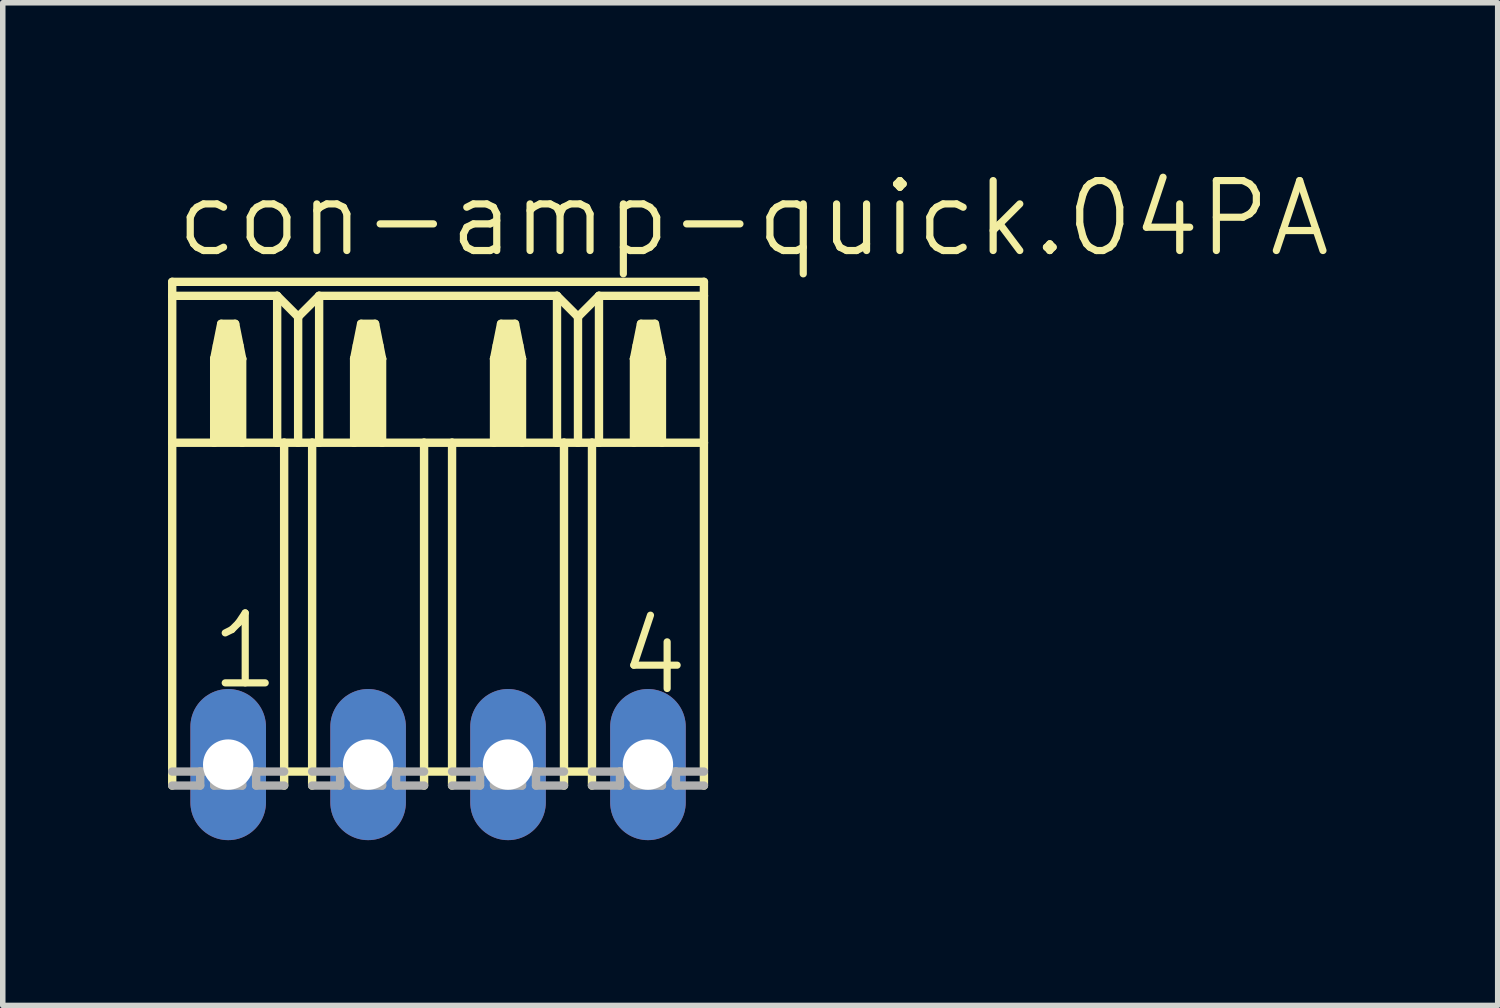
<source format=kicad_pcb>
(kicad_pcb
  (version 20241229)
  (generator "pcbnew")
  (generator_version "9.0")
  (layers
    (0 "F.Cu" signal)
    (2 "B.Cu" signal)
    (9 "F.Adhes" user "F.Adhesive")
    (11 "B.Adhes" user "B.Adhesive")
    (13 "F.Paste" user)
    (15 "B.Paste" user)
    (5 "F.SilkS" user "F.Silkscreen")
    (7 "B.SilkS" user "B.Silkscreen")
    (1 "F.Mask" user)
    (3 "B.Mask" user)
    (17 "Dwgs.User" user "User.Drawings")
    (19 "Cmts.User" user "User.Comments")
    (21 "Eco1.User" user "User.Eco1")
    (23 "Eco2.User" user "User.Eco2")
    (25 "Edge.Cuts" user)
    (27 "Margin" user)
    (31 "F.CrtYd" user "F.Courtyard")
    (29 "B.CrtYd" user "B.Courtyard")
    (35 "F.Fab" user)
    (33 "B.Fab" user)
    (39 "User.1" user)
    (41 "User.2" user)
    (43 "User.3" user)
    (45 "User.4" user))
  (footprint "con-amp-quick.04PA"
    (layer "F.Cu")
    (at 4.902 10.829)
    (property "Reference" "con-amp-quick.04PA" (at -4.826 -9.169 0) (layer "F.SilkS") (effects (font (size 1.27 1.27) (thickness 0.13)) (justify left bottom)))
    (attr through_hole)
    (fp_line (start -4.826 -8.763) (end -4.826 -8.509) (stroke (width 0.152) (type default)) (layer "F.SilkS"))
    (fp_line (start -4.826 -8.763) (end 4.826 -8.763) (stroke (width 0.152) (type default)) (layer "F.SilkS"))
    (fp_line (start -4.826 -8.509) (end -4.826 -5.842) (stroke (width 0.152) (type default)) (layer "F.SilkS"))
    (fp_line (start -4.826 -8.509) (end -2.921 -8.509) (stroke (width 0.152) (type default)) (layer "F.SilkS"))
    (fp_line (start -4.826 -5.842) (end -4.826 0.381) (stroke (width 0.152) (type default)) (layer "F.SilkS"))
    (fp_line (start -4.826 -5.842) (end -4.064 -5.842) (stroke (width 0.152) (type default)) (layer "F.SilkS"))
    (fp_line (start -4.064 -7.366) (end -4.064 -5.842) (stroke (width 0.152) (type default)) (layer "F.SilkS"))
    (fp_line (start -4.064 -7.366) (end -3.937 -8.001) (stroke (width 0.152) (type default)) (layer "F.SilkS"))
    (fp_line (start -4.064 -5.842) (end -3.556 -5.842) (stroke (width 0.152) (type default)) (layer "F.SilkS"))
    (fp_line (start -3.937 -8.001) (end -3.683 -8.001) (stroke (width 0.152) (type default)) (layer "F.SilkS"))
    (fp_line (start -3.683 -8.001) (end -3.556 -7.366) (stroke (width 0.152) (type default)) (layer "F.SilkS"))
    (fp_line (start -3.556 -7.366) (end -4.064 -7.366) (stroke (width 0.152) (type default)) (layer "F.SilkS"))
    (fp_line (start -3.556 -7.366) (end -3.556 -5.842) (stroke (width 0.152) (type default)) (layer "F.SilkS"))
    (fp_line (start -3.556 -5.842) (end -2.921 -5.842) (stroke (width 0.152) (type default)) (layer "F.SilkS"))
    (fp_line (start -2.921 -8.509) (end -2.921 -5.842) (stroke (width 0.152) (type default)) (layer "F.SilkS"))
    (fp_line (start -2.921 -8.509) (end -2.54 -8.128) (stroke (width 0.152) (type default)) (layer "F.SilkS"))
    (fp_line (start -2.921 -5.842) (end -2.794 -5.842) (stroke (width 0.152) (type default)) (layer "F.SilkS"))
    (fp_line (start -2.794 -5.842) (end -2.794 0.127) (stroke (width 0.152) (type default)) (layer "F.SilkS"))
    (fp_line (start -2.794 -5.842) (end -2.54 -5.842) (stroke (width 0.152) (type default)) (layer "F.SilkS"))
    (fp_line (start -2.794 0.127) (end -2.794 0.381) (stroke (width 0.152) (type default)) (layer "F.SilkS"))
    (fp_line (start -2.54 -8.128) (end -2.54 -5.842) (stroke (width 0.152) (type default)) (layer "F.SilkS"))
    (fp_line (start -2.54 -8.128) (end -2.159 -8.509) (stroke (width 0.152) (type default)) (layer "F.SilkS"))
    (fp_line (start -2.54 -5.842) (end -2.286 -5.842) (stroke (width 0.152) (type default)) (layer "F.SilkS"))
    (fp_line (start -2.286 -5.842) (end -2.286 0.127) (stroke (width 0.152) (type default)) (layer "F.SilkS"))
    (fp_line (start -2.286 -5.842) (end -2.159 -5.842) (stroke (width 0.152) (type default)) (layer "F.SilkS"))
    (fp_line (start -2.286 0.127) (end -2.794 0.127) (stroke (width 0.152) (type default)) (layer "F.SilkS"))
    (fp_line (start -2.286 0.127) (end -2.286 0.381) (stroke (width 0.152) (type default)) (layer "F.SilkS"))
    (fp_line (start -2.159 -8.509) (end -2.159 -5.842) (stroke (width 0.152) (type default)) (layer "F.SilkS"))
    (fp_line (start -2.159 -8.509) (end 2.159 -8.509) (stroke (width 0.152) (type default)) (layer "F.SilkS"))
    (fp_line (start -2.159 -5.842) (end -1.524 -5.842) (stroke (width 0.152) (type default)) (layer "F.SilkS"))
    (fp_line (start -1.524 -7.366) (end -1.524 -5.842) (stroke (width 0.152) (type default)) (layer "F.SilkS"))
    (fp_line (start -1.524 -7.366) (end -1.397 -8.001) (stroke (width 0.152) (type default)) (layer "F.SilkS"))
    (fp_line (start -1.524 -5.842) (end -1.016 -5.842) (stroke (width 0.152) (type default)) (layer "F.SilkS"))
    (fp_line (start -1.397 -8.001) (end -1.143 -8.001) (stroke (width 0.152) (type default)) (layer "F.SilkS"))
    (fp_line (start -1.143 -8.001) (end -1.016 -7.366) (stroke (width 0.152) (type default)) (layer "F.SilkS"))
    (fp_line (start -1.016 -7.366) (end -1.524 -7.366) (stroke (width 0.152) (type default)) (layer "F.SilkS"))
    (fp_line (start -1.016 -7.366) (end -1.016 -5.842) (stroke (width 0.152) (type default)) (layer "F.SilkS"))
    (fp_line (start -1.016 -5.842) (end -0.254 -5.842) (stroke (width 0.152) (type default)) (layer "F.SilkS"))
    (fp_line (start -0.254 -5.842) (end -0.254 0.127) (stroke (width 0.152) (type default)) (layer "F.SilkS"))
    (fp_line (start -0.254 -5.842) (end 0.254 -5.842) (stroke (width 0.152) (type default)) (layer "F.SilkS"))
    (fp_line (start -0.254 0.127) (end -0.254 0.381) (stroke (width 0.152) (type default)) (layer "F.SilkS"))
    (fp_line (start 0.254 -5.842) (end 0.254 0.127) (stroke (width 0.152) (type default)) (layer "F.SilkS"))
    (fp_line (start 0.254 -5.842) (end 2.159 -5.842) (stroke (width 0.152) (type default)) (layer "F.SilkS"))
    (fp_line (start 0.254 0.127) (end -0.254 0.127) (stroke (width 0.152) (type default)) (layer "F.SilkS"))
    (fp_line (start 0.254 0.127) (end 0.254 0.381) (stroke (width 0.152) (type default)) (layer "F.SilkS"))
    (fp_line (start 1.016 -7.366) (end 1.016 -5.842) (stroke (width 0.152) (type default)) (layer "F.SilkS"))
    (fp_line (start 1.016 -7.366) (end 1.143 -8.001) (stroke (width 0.152) (type default)) (layer "F.SilkS"))
    (fp_line (start 1.143 -8.001) (end 1.397 -8.001) (stroke (width 0.152) (type default)) (layer "F.SilkS"))
    (fp_line (start 1.397 -8.001) (end 1.524 -7.366) (stroke (width 0.152) (type default)) (layer "F.SilkS"))
    (fp_line (start 1.524 -7.366) (end 1.016 -7.366) (stroke (width 0.152) (type default)) (layer "F.SilkS"))
    (fp_line (start 1.524 -7.366) (end 1.524 -5.842) (stroke (width 0.152) (type default)) (layer "F.SilkS"))
    (fp_line (start 2.159 -8.509) (end 2.159 -5.842) (stroke (width 0.152) (type default)) (layer "F.SilkS"))
    (fp_line (start 2.159 -8.509) (end 2.54 -8.128) (stroke (width 0.152) (type default)) (layer "F.SilkS"))
    (fp_line (start 2.159 -5.842) (end 2.286 -5.842) (stroke (width 0.152) (type default)) (layer "F.SilkS"))
    (fp_line (start 2.286 -5.842) (end 2.286 0.127) (stroke (width 0.152) (type default)) (layer "F.SilkS"))
    (fp_line (start 2.286 -5.842) (end 2.54 -5.842) (stroke (width 0.152) (type default)) (layer "F.SilkS"))
    (fp_line (start 2.286 0.127) (end 2.286 0.381) (stroke (width 0.152) (type default)) (layer "F.SilkS"))
    (fp_line (start 2.54 -8.128) (end 2.54 -5.842) (stroke (width 0.152) (type default)) (layer "F.SilkS"))
    (fp_line (start 2.54 -8.128) (end 2.921 -8.509) (stroke (width 0.152) (type default)) (layer "F.SilkS"))
    (fp_line (start 2.54 -5.842) (end 2.794 -5.842) (stroke (width 0.152) (type default)) (layer "F.SilkS"))
    (fp_line (start 2.794 -5.842) (end 2.794 0.127) (stroke (width 0.152) (type default)) (layer "F.SilkS"))
    (fp_line (start 2.794 -5.842) (end 2.921 -5.842) (stroke (width 0.152) (type default)) (layer "F.SilkS"))
    (fp_line (start 2.794 0.127) (end 2.286 0.127) (stroke (width 0.152) (type default)) (layer "F.SilkS"))
    (fp_line (start 2.794 0.127) (end 2.794 0.381) (stroke (width 0.152) (type default)) (layer "F.SilkS"))
    (fp_line (start 2.921 -8.509) (end 2.921 -5.842) (stroke (width 0.152) (type default)) (layer "F.SilkS"))
    (fp_line (start 2.921 -8.509) (end 4.826 -8.509) (stroke (width 0.152) (type default)) (layer "F.SilkS"))
    (fp_line (start 2.921 -5.842) (end 4.826 -5.842) (stroke (width 0.152) (type default)) (layer "F.SilkS"))
    (fp_line (start 3.556 -7.366) (end 3.556 -5.842) (stroke (width 0.152) (type default)) (layer "F.SilkS"))
    (fp_line (start 3.556 -7.366) (end 3.683 -8.001) (stroke (width 0.152) (type default)) (layer "F.SilkS"))
    (fp_line (start 3.683 -8.001) (end 3.937 -8.001) (stroke (width 0.152) (type default)) (layer "F.SilkS"))
    (fp_line (start 3.937 -8.001) (end 4.064 -7.366) (stroke (width 0.152) (type default)) (layer "F.SilkS"))
    (fp_line (start 4.064 -7.366) (end 3.556 -7.366) (stroke (width 0.152) (type default)) (layer "F.SilkS"))
    (fp_line (start 4.064 -7.366) (end 4.064 -5.842) (stroke (width 0.152) (type default)) (layer "F.SilkS"))
    (fp_line (start 4.826 -8.509) (end 4.826 -8.763) (stroke (width 0.152) (type default)) (layer "F.SilkS"))
    (fp_line (start 4.826 -8.509) (end 4.826 -5.842) (stroke (width 0.152) (type default)) (layer "F.SilkS"))
    (fp_line (start 4.826 -5.842) (end 4.826 0.381) (stroke (width 0.152) (type default)) (layer "F.SilkS"))
    (fp_rect (start -4.064 -7.366) (end -3.937 -7.62) (stroke (width 0.05) (type default)) (fill yes) (layer "F.SilkS"))
    (fp_rect (start -4.064 -5.842) (end -3.556 -7.366) (stroke (width 0.05) (type default)) (fill yes) (layer "F.SilkS"))
    (fp_rect (start -3.937 -7.366) (end -3.683 -8.001) (stroke (width 0.05) (type default)) (fill yes) (layer "F.SilkS"))
    (fp_rect (start -3.683 -7.366) (end -3.556 -7.62) (stroke (width 0.05) (type default)) (fill yes) (layer "F.SilkS"))
    (fp_rect (start -1.524 -7.366) (end -1.397 -7.62) (stroke (width 0.05) (type default)) (fill yes) (layer "F.SilkS"))
    (fp_rect (start -1.524 -5.842) (end -1.016 -7.366) (stroke (width 0.05) (type default)) (fill yes) (layer "F.SilkS"))
    (fp_rect (start -1.397 -7.366) (end -1.143 -8.001) (stroke (width 0.05) (type default)) (fill yes) (layer "F.SilkS"))
    (fp_rect (start -1.143 -7.366) (end -1.016 -7.62) (stroke (width 0.05) (type default)) (fill yes) (layer "F.SilkS"))
    (fp_rect (start 1.016 -7.366) (end 1.143 -7.62) (stroke (width 0.05) (type default)) (fill yes) (layer "F.SilkS"))
    (fp_rect (start 1.016 -5.842) (end 1.524 -7.366) (stroke (width 0.05) (type default)) (fill yes) (layer "F.SilkS"))
    (fp_rect (start 1.143 -7.366) (end 1.397 -8.001) (stroke (width 0.05) (type default)) (fill yes) (layer "F.SilkS"))
    (fp_rect (start 1.397 -7.366) (end 1.524 -7.62) (stroke (width 0.05) (type default)) (fill yes) (layer "F.SilkS"))
    (fp_rect (start 3.556 -7.366) (end 3.683 -7.62) (stroke (width 0.05) (type default)) (fill yes) (layer "F.SilkS"))
    (fp_rect (start 3.556 -5.842) (end 4.064 -7.366) (stroke (width 0.05) (type default)) (fill yes) (layer "F.SilkS"))
    (fp_rect (start 3.683 -7.366) (end 3.937 -8.001) (stroke (width 0.05) (type default)) (fill yes) (layer "F.SilkS"))
    (fp_rect (start 3.937 -7.366) (end 4.064 -7.62) (stroke (width 0.05) (type default)) (fill yes) (layer "F.SilkS"))
    (fp_line (start -4.826 0.127) (end -4.318 0.127) (stroke (width 0.152) (type default)) (layer "F.Fab"))
    (fp_line (start -4.318 0.381) (end -4.826 0.381) (stroke (width 0.152) (type default)) (layer "F.Fab"))
    (fp_line (start -4.318 0.381) (end -4.318 0.127) (stroke (width 0.152) (type default)) (layer "F.Fab"))
    (fp_line (start -4.064 0.127) (end -4.318 0.127) (stroke (width 0.152) (type default)) (layer "F.Fab"))
    (fp_line (start -4.064 0.381) (end -4.064 0.127) (stroke (width 0.152) (type default)) (layer "F.Fab"))
    (fp_line (start -3.556 0.381) (end -4.064 0.381) (stroke (width 0.152) (type default)) (layer "F.Fab"))
    (fp_line (start -3.556 0.381) (end -3.556 0.127) (stroke (width 0.152) (type default)) (layer "F.Fab"))
    (fp_line (start -3.302 0.127) (end -3.556 0.127) (stroke (width 0.152) (type default)) (layer "F.Fab"))
    (fp_line (start -3.302 0.381) (end -3.302 0.127) (stroke (width 0.152) (type default)) (layer "F.Fab"))
    (fp_line (start -2.794 0.127) (end -3.302 0.127) (stroke (width 0.152) (type default)) (layer "F.Fab"))
    (fp_line (start -2.794 0.381) (end -3.302 0.381) (stroke (width 0.152) (type default)) (layer "F.Fab"))
    (fp_line (start -2.286 0.127) (end -1.778 0.127) (stroke (width 0.152) (type default)) (layer "F.Fab"))
    (fp_line (start -1.778 0.381) (end -2.286 0.381) (stroke (width 0.152) (type default)) (layer "F.Fab"))
    (fp_line (start -1.778 0.381) (end -1.778 0.127) (stroke (width 0.152) (type default)) (layer "F.Fab"))
    (fp_line (start -1.524 0.127) (end -1.778 0.127) (stroke (width 0.152) (type default)) (layer "F.Fab"))
    (fp_line (start -1.524 0.381) (end -1.524 0.127) (stroke (width 0.152) (type default)) (layer "F.Fab"))
    (fp_line (start -1.016 0.381) (end -1.524 0.381) (stroke (width 0.152) (type default)) (layer "F.Fab"))
    (fp_line (start -1.016 0.381) (end -1.016 0.127) (stroke (width 0.152) (type default)) (layer "F.Fab"))
    (fp_line (start -0.762 0.127) (end -1.016 0.127) (stroke (width 0.152) (type default)) (layer "F.Fab"))
    (fp_line (start -0.762 0.381) (end -0.762 0.127) (stroke (width 0.152) (type default)) (layer "F.Fab"))
    (fp_line (start -0.254 0.127) (end -0.762 0.127) (stroke (width 0.152) (type default)) (layer "F.Fab"))
    (fp_line (start -0.254 0.381) (end -0.762 0.381) (stroke (width 0.152) (type default)) (layer "F.Fab"))
    (fp_line (start 0.254 0.127) (end 0.762 0.127) (stroke (width 0.152) (type default)) (layer "F.Fab"))
    (fp_line (start 0.762 0.381) (end 0.254 0.381) (stroke (width 0.152) (type default)) (layer "F.Fab"))
    (fp_line (start 0.762 0.381) (end 0.762 0.127) (stroke (width 0.152) (type default)) (layer "F.Fab"))
    (fp_line (start 1.016 0.127) (end 0.762 0.127) (stroke (width 0.152) (type default)) (layer "F.Fab"))
    (fp_line (start 1.016 0.381) (end 1.016 0.127) (stroke (width 0.152) (type default)) (layer "F.Fab"))
    (fp_line (start 1.524 0.381) (end 1.016 0.381) (stroke (width 0.152) (type default)) (layer "F.Fab"))
    (fp_line (start 1.524 0.381) (end 1.524 0.127) (stroke (width 0.152) (type default)) (layer "F.Fab"))
    (fp_line (start 1.778 0.127) (end 1.524 0.127) (stroke (width 0.152) (type default)) (layer "F.Fab"))
    (fp_line (start 1.778 0.381) (end 1.778 0.127) (stroke (width 0.152) (type default)) (layer "F.Fab"))
    (fp_line (start 2.286 0.127) (end 1.778 0.127) (stroke (width 0.152) (type default)) (layer "F.Fab"))
    (fp_line (start 2.286 0.381) (end 1.778 0.381) (stroke (width 0.152) (type default)) (layer "F.Fab"))
    (fp_line (start 2.794 0.127) (end 3.302 0.127) (stroke (width 0.152) (type default)) (layer "F.Fab"))
    (fp_line (start 3.302 0.381) (end 2.794 0.381) (stroke (width 0.152) (type default)) (layer "F.Fab"))
    (fp_line (start 3.302 0.381) (end 3.302 0.127) (stroke (width 0.152) (type default)) (layer "F.Fab"))
    (fp_line (start 3.556 0.127) (end 3.302 0.127) (stroke (width 0.152) (type default)) (layer "F.Fab"))
    (fp_line (start 3.556 0.381) (end 3.556 0.127) (stroke (width 0.152) (type default)) (layer "F.Fab"))
    (fp_line (start 4.064 0.381) (end 3.556 0.381) (stroke (width 0.152) (type default)) (layer "F.Fab"))
    (fp_line (start 4.064 0.381) (end 4.064 0.127) (stroke (width 0.152) (type default)) (layer "F.Fab"))
    (fp_line (start 4.318 0.127) (end 4.064 0.127) (stroke (width 0.152) (type default)) (layer "F.Fab"))
    (fp_line (start 4.318 0.381) (end 4.318 0.127) (stroke (width 0.152) (type default)) (layer "F.Fab"))
    (fp_line (start 4.826 0.127) (end 4.318 0.127) (stroke (width 0.152) (type default)) (layer "F.Fab"))
    (fp_line (start 4.826 0.381) (end 4.318 0.381) (stroke (width 0.152) (type default)) (layer "F.Fab"))
    (fp_text user "4" (at 3.226 -1.219 0) (layer "F.SilkS") (effects (font (size 1.27 1.27) (thickness 0.13)) (justify left bottom)))
    (fp_text user "1" (at -4.191 -1.321 0) (layer "F.SilkS") (effects (font (size 1.27 1.27) (thickness 0.13)) (justify left bottom)))
    (pad "1" thru_hole oval (at -3.81 0 90) (size 2.743 1.372) (drill 0.914) (layers "*.Cu" "*.Mask"))
    (pad "2" thru_hole oval (at -1.27 0 90) (size 2.743 1.372) (drill 0.914) (layers "*.Cu" "*.Mask"))
    (pad "3" thru_hole oval (at 1.27 0 90) (size 2.743 1.372) (drill 0.914) (layers "*.Cu" "*.Mask"))
    (pad "4" thru_hole oval (at 3.81 0 90) (size 2.743 1.372) (drill 0.914) (layers "*.Cu" "*.Mask")))
  (gr_rect
    (start -3 -3)
    (end 24.137 15.201)
    (stroke (width 0.1) (type default))
    (fill no)
    (layer "Edge.Cuts")))
</source>
